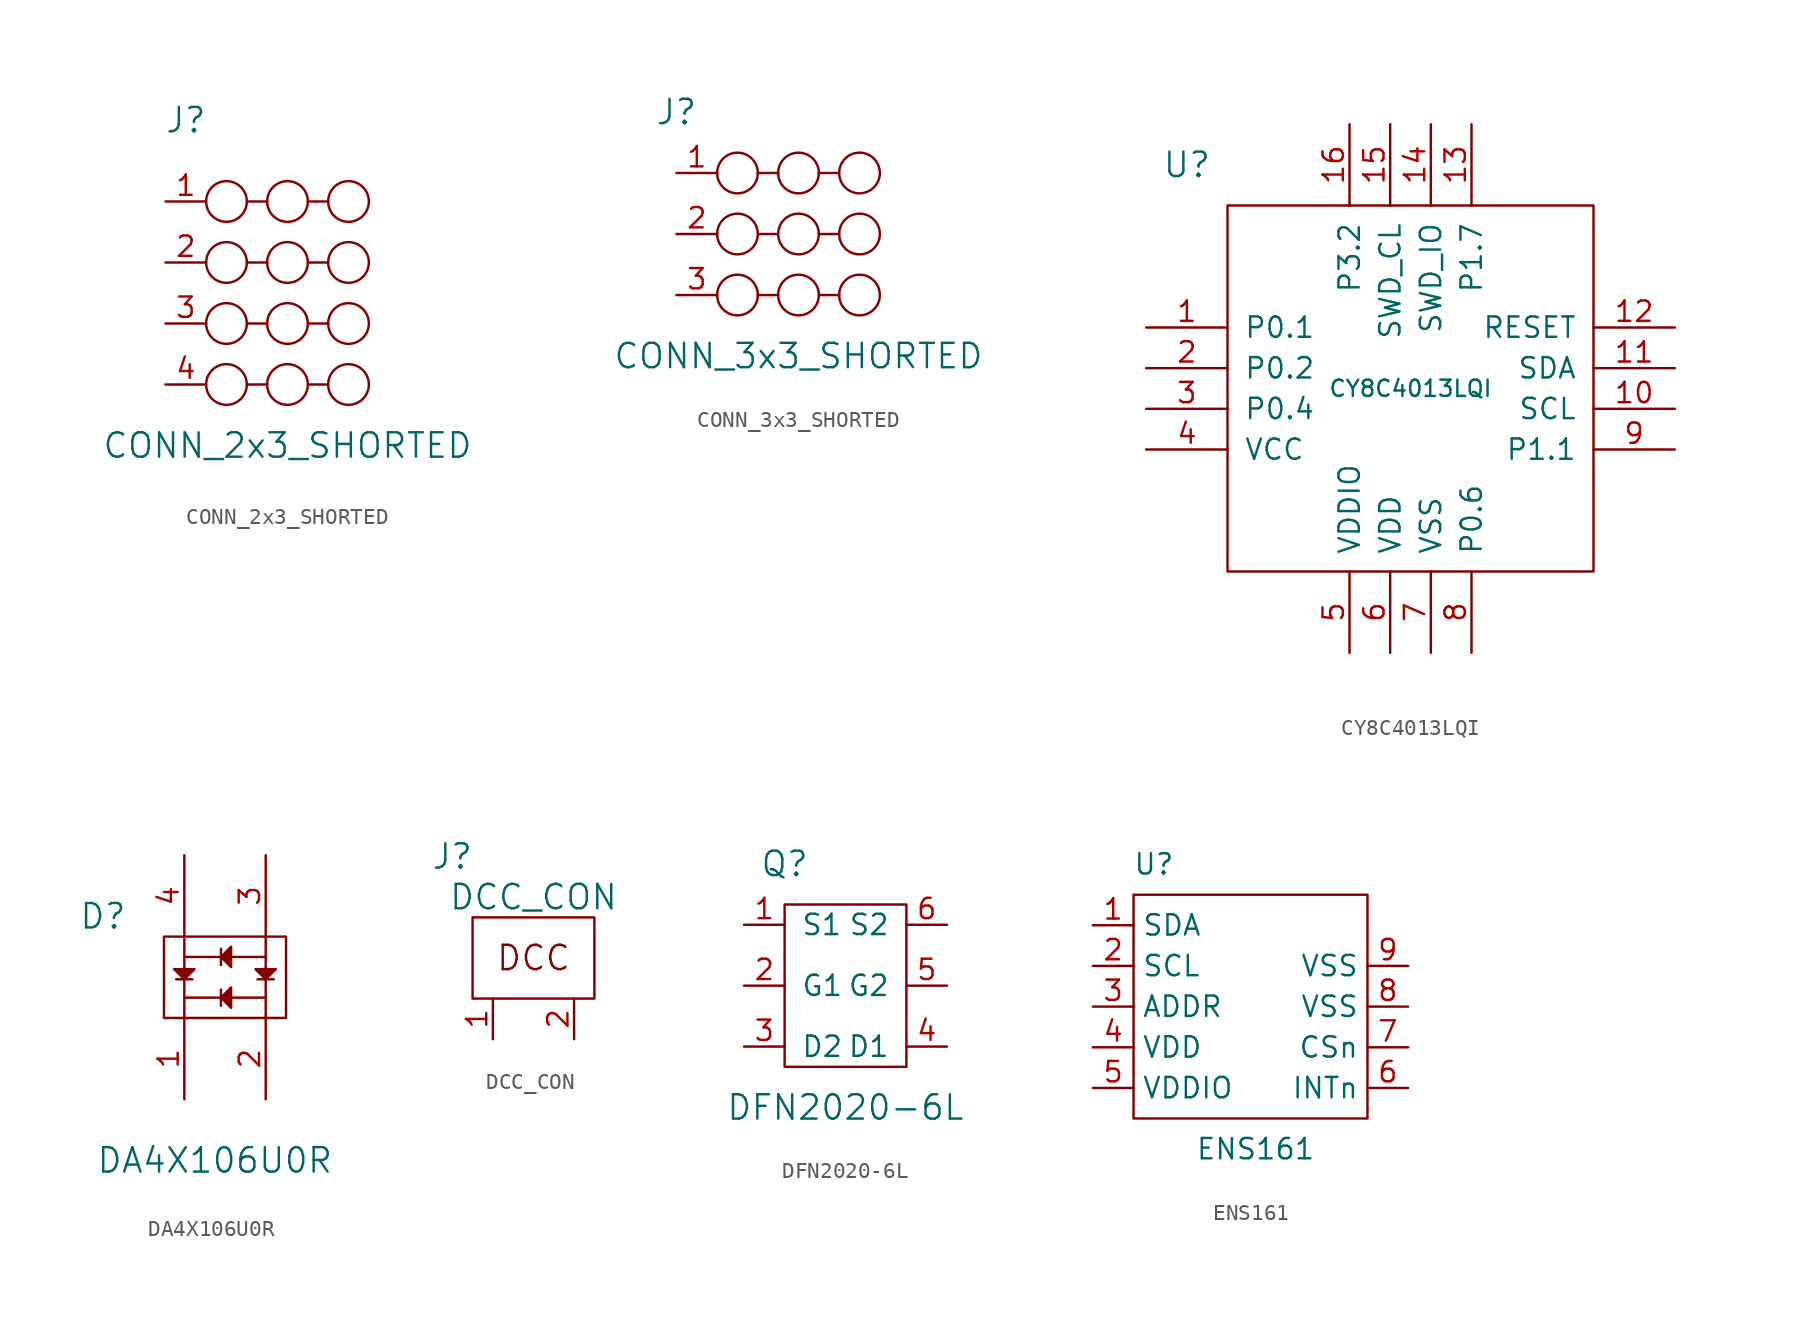
<source format=kicad_sym>
(kicad_symbol_lib
  (version 20231120)
  (generator "kicad_symbol_editor")
  (generator_version "8.0")
  (symbol "CONN_2x3_SHORTED"
    (pin_names
      (offset 1.016))
    (property "Reference" "J"
      (at -6.35 10.16 0)
      (effects (font (size 1.524 1.524))))
    (property "Value" "CONN_2x3_SHORTED"
      (at 0 -10.16 0)
      (effects (font (size 1.524 1.524))))
    (symbol "CONN_2x3_SHORTED_0_1"
      (circle (center -3.81 -6.35) (radius 1.27) (stroke (width 0) (type default)) (fill (type none)))
      (circle (center -3.81 -2.54) (radius 1.27) (stroke (width 0) (type default)) (fill (type none)))
      (circle (center -3.81 1.27) (radius 1.27) (stroke (width 0) (type default)) (fill (type none)))
      (circle (center -3.81 5.08) (radius 1.27) (stroke (width 0) (type default)) (fill (type none)))
      (circle (center 0 -6.35) (radius 1.27) (stroke (width 0) (type default)) (fill (type none)))
      (circle (center 0 -2.54) (radius 1.27) (stroke (width 0) (type default)) (fill (type none)))
      (polyline (pts (xy -1.27 -6.35) (xy -2.54 -6.35)) (stroke (width 0) (type default)) (fill (type none)))
      (polyline (pts (xy -1.27 -2.54) (xy -2.54 -2.54)) (stroke (width 0) (type default)) (fill (type none)))
      (polyline (pts (xy -1.27 1.27) (xy -2.54 1.27)) (stroke (width 0) (type default)) (fill (type none)))
      (polyline (pts (xy -1.27 5.08) (xy -2.54 5.08)) (stroke (width 0) (type default)) (fill (type none)))
      (polyline (pts (xy 2.54 -6.35) (xy 1.27 -6.35)) (stroke (width 0) (type default)) (fill (type none)))
      (polyline (pts (xy 2.54 -2.54) (xy 1.27 -2.54)) (stroke (width 0) (type default)) (fill (type none)))
      (polyline (pts (xy 2.54 1.27) (xy 1.27 1.27)) (stroke (width 0) (type default)) (fill (type none)))
      (polyline (pts (xy 2.54 5.08) (xy 1.27 5.08)) (stroke (width 0) (type default)) (fill (type none)))
      (circle (center 0 1.27) (radius 1.27) (stroke (width 0) (type default)) (fill (type none)))
      (circle (center 0 5.08) (radius 1.27) (stroke (width 0) (type default)) (fill (type none)))
      (circle (center 3.81 -6.35) (radius 1.27) (stroke (width 0) (type default)) (fill (type none)))
      (circle (center 3.81 -2.54) (radius 1.27) (stroke (width 0) (type default)) (fill (type none)))
      (circle (center 3.81 1.27) (radius 1.27) (stroke (width 0) (type default)) (fill (type none)))
      (circle (center 3.81 5.08) (radius 1.27) (stroke (width 0) (type default)) (fill (type none))))
    (symbol "CONN_2x3_SHORTED_1_1"
      (pin input line (at -7.62 5.08 0) (length 2.54) (name "~" (effects (font (size 1.27 1.27)))) (number "1" (effects (font (size 1.27 1.27)))))
      (pin input line (at -7.62 1.27 0) (length 2.54) (name "~" (effects (font (size 1.27 1.27)))) (number "2" (effects (font (size 1.27 1.27)))))
      (pin input line (at -7.62 -2.54 0) (length 2.54) (name "~" (effects (font (size 1.27 1.27)))) (number "3" (effects (font (size 1.27 1.27)))))
      (pin input line (at -7.62 -6.35 0) (length 2.54) (name "~" (effects (font (size 1.27 1.27)))) (number "4" (effects (font (size 1.27 1.27)))))))
  (symbol "CONN_3x3_SHORTED"
    (pin_names
      (offset 1.016))
    (property "Reference" "J"
      (at -7.62 7.62 0)
      (effects (font (size 1.524 1.524))))
    (property "Value" "CONN_3x3_SHORTED"
      (at 0 -7.62 0)
      (effects (font (size 1.524 1.524))))
    (symbol "CONN_3x3_SHORTED_0_1"
      (circle (center -3.81 -3.81) (radius 1.27) (stroke (width 0) (type default)) (fill (type none)))
      (circle (center -3.81 0) (radius 1.27) (stroke (width 0) (type default)) (fill (type none)))
      (circle (center -3.81 3.81) (radius 1.27) (stroke (width 0) (type default)) (fill (type none)))
      (circle (center 0 -3.81) (radius 1.27) (stroke (width 0) (type default)) (fill (type none)))
      (polyline (pts (xy -2.54 -3.81) (xy -1.27 -3.81)) (stroke (width 0) (type default)) (fill (type none)))
      (polyline (pts (xy -2.54 3.81) (xy -1.27 3.81)) (stroke (width 0) (type default)) (fill (type none)))
      (polyline (pts (xy -1.27 0) (xy -2.54 0)) (stroke (width 0) (type default)) (fill (type none)))
      (polyline (pts (xy 1.27 -3.81) (xy 2.54 -3.81)) (stroke (width 0) (type default)) (fill (type none)))
      (polyline (pts (xy 1.27 3.81) (xy 2.54 3.81)) (stroke (width 0) (type default)) (fill (type none)))
      (polyline (pts (xy 2.54 0) (xy 1.27 0)) (stroke (width 0) (type default)) (fill (type none)))
      (circle (center 0 0) (radius 1.27) (stroke (width 0) (type default)) (fill (type none)))
      (circle (center 0 3.81) (radius 1.27) (stroke (width 0) (type default)) (fill (type none)))
      (circle (center 3.81 -3.81) (radius 1.27) (stroke (width 0) (type default)) (fill (type none)))
      (circle (center 3.81 0) (radius 1.27) (stroke (width 0) (type default)) (fill (type none)))
      (circle (center 3.81 3.81) (radius 1.27) (stroke (width 0) (type default)) (fill (type none))))
    (symbol "CONN_3x3_SHORTED_1_1"
      (pin input line (at -7.62 3.81 0) (length 2.54) (name "~" (effects (font (size 1.27 1.27)))) (number "1" (effects (font (size 1.27 1.27)))))
      (pin input line (at -7.62 0 0) (length 2.54) (name "~" (effects (font (size 1.27 1.27)))) (number "2" (effects (font (size 1.27 1.27)))))
      (pin input line (at -7.62 -3.81 0) (length 2.54) (name "~" (effects (font (size 1.27 1.27)))) (number "3" (effects (font (size 1.27 1.27)))))))
  (symbol "CY8C4013LQI"
    (pin_names
      (offset 1.016))
    (property "Reference" "U"
      (at -3.81 10.16 0)
      (effects (font (size 1.524 1.524))))
    (property "Value" "CY8C4013LQI"
      (at 10.16 -3.81 0)
      (effects (font (size 1.016 1.016))))
    (symbol "CY8C4013LQI_0_1"
      (rectangle (start -1.27 7.62) (end 21.59 -15.24) (stroke (width 0) (type default)) (fill (type none))))
    (symbol "CY8C4013LQI_1_1"
      (pin input line (at -6.35 0 0) (length 5.08) (name "P0.1" (effects (font (size 1.27 1.27)))) (number "1" (effects (font (size 1.27 1.27)))))
      (pin input line (at 26.67 -5.08 180) (length 5.08) (name "SCL" (effects (font (size 1.27 1.27)))) (number "10" (effects (font (size 1.27 1.27)))))
      (pin input line (at 26.67 -2.54 180) (length 5.08) (name "SDA" (effects (font (size 1.27 1.27)))) (number "11" (effects (font (size 1.27 1.27)))))
      (pin input line (at 26.67 0 180) (length 5.08) (name "RESET" (effects (font (size 1.27 1.27)))) (number "12" (effects (font (size 1.27 1.27)))))
      (pin input line (at 13.97 12.7 270) (length 5.08) (name "P1.7" (effects (font (size 1.27 1.27)))) (number "13" (effects (font (size 1.27 1.27)))))
      (pin input line (at 11.43 12.7 270) (length 5.08) (name "SWD_IO" (effects (font (size 1.27 1.27)))) (number "14" (effects (font (size 1.27 1.27)))))
      (pin input line (at 8.89 12.7 270) (length 5.08) (name "SWD_CL" (effects (font (size 1.27 1.27)))) (number "15" (effects (font (size 1.27 1.27)))))
      (pin input line (at 6.35 12.7 270) (length 5.08) (name "P3.2" (effects (font (size 1.27 1.27)))) (number "16" (effects (font (size 1.27 1.27)))))
      (pin input line (at -6.35 -2.54 0) (length 5.08) (name "P0.2" (effects (font (size 1.27 1.27)))) (number "2" (effects (font (size 1.27 1.27)))))
      (pin input line (at -6.35 -5.08 0) (length 5.08) (name "P0.4" (effects (font (size 1.27 1.27)))) (number "3" (effects (font (size 1.27 1.27)))))
      (pin input line (at -6.35 -7.62 0) (length 5.08) (name "VCC" (effects (font (size 1.27 1.27)))) (number "4" (effects (font (size 1.27 1.27)))))
      (pin input line (at 6.35 -20.32 90) (length 5.08) (name "VDDIO" (effects (font (size 1.27 1.27)))) (number "5" (effects (font (size 1.27 1.27)))))
      (pin input line (at 8.89 -20.32 90) (length 5.08) (name "VDD" (effects (font (size 1.27 1.27)))) (number "6" (effects (font (size 1.27 1.27)))))
      (pin input line (at 11.43 -20.32 90) (length 5.08) (name "VSS" (effects (font (size 1.27 1.27)))) (number "7" (effects (font (size 1.27 1.27)))))
      (pin input line (at 13.97 -20.32 90) (length 5.08) (name "P0.6" (effects (font (size 1.27 1.27)))) (number "8" (effects (font (size 1.27 1.27)))))
      (pin input line (at 26.67 -7.62 180) (length 5.08) (name "P1.1" (effects (font (size 1.27 1.27)))) (number "9" (effects (font (size 1.27 1.27)))))))
  (symbol "DA4X106U0R"
    (pin_names
      (offset 1.016))
    (property "Reference" "D"
      (at -7.62 3.81 0)
      (effects (font (size 1.524 1.524))))
    (property "Value" "DA4X106U0R"
      (at -0.635 -11.43 0)
      (effects (font (size 1.524 1.524))))
    (symbol "DA4X106U0R_0_1"
      (rectangle (start -3.81 2.54) (end 3.81 -2.54) (stroke (width 0) (type default)) (fill (type none)))
      (polyline (pts (xy -3.048 -0.127) (xy -2.032 -0.127)) (stroke (width 0) (type default)) (fill (type none)))
      (polyline (pts (xy -0.254 -0.762) (xy -0.254 -1.778)) (stroke (width 0) (type default)) (fill (type none)))
      (polyline (pts (xy -0.254 1.778) (xy -0.254 0.762)) (stroke (width 0) (type default)) (fill (type none)))
      (polyline (pts (xy 2.032 -0.127) (xy 3.048 -0.127)) (stroke (width 0) (type default)) (fill (type none)))
      (polyline (pts (xy -3.175 0.508) (xy -1.905 0.508) (xy -2.54 -0.127) (xy -3.175 0.508)) (stroke (width 0) (type default)) (fill (type outline)))
      (polyline (pts (xy 0.381 -0.635) (xy 0.381 -1.905) (xy -0.254 -1.27) (xy 0.381 -0.635)) (stroke (width 0) (type default)) (fill (type outline)))
      (polyline (pts (xy 0.381 1.905) (xy 0.381 0.635) (xy -0.254 1.27) (xy 0.381 1.905)) (stroke (width 0) (type default)) (fill (type outline)))
      (polyline (pts (xy 1.905 0.508) (xy 3.175 0.508) (xy 2.54 -0.127) (xy 1.905 0.508)) (stroke (width 0) (type default)) (fill (type outline)))
      (polyline (pts (xy 2.54 2.54) (xy 2.54 -2.54) (xy 2.54 -1.27) (xy -2.54 -1.27) (xy -2.54 -2.54) (xy -2.54 2.54) (xy -2.54 1.27) (xy 2.54 1.27)) (stroke (width 0) (type default)) (fill (type none))))
    (symbol "DA4X106U0R_1_1"
      (pin input line (at -2.54 -7.62 90) (length 5.08) (name "~" (effects (font (size 1.27 1.27)))) (number "1" (effects (font (size 1.27 1.27)))))
      (pin input line (at 2.54 -7.62 90) (length 5.08) (name "~" (effects (font (size 1.27 1.27)))) (number "2" (effects (font (size 1.27 1.27)))))
      (pin input line (at 2.54 7.62 270) (length 5.08) (name "~" (effects (font (size 1.27 1.27)))) (number "3" (effects (font (size 1.27 1.27)))))
      (pin input line (at -2.54 7.62 270) (length 5.08) (name "~" (effects (font (size 1.27 1.27)))) (number "4" (effects (font (size 1.27 1.27)))))))
  (symbol "DCC_CON"
    (pin_names
      (offset 1.016))
    (property "Reference" "J"
      (at -5.08 6.35 0)
      (effects (font (size 1.524 1.524))))
    (property "Value" "DCC_CON"
      (at 0 3.81 0)
      (effects (font (size 1.524 1.524))))
    (property "Footprint" ""
      (at 1.27 -2.54 90)
      (effects (font (size 1.524 1.524))))
    (property "Datasheet" ""
      (at 1.27 -2.54 90)
      (effects (font (size 1.524 1.524))))
    (symbol "DCC_CON_0_0"
      (text "DCC" (at 0 0 0) (effects (font (size 1.524 1.524)))))
    (symbol "DCC_CON_0_1"
      (rectangle (start 3.81 -2.54) (end -3.81 2.54) (stroke (width 0) (type default)) (fill (type none))))
    (symbol "DCC_CON_1_1"
      (pin input line (at -2.54 -5.08 90) (length 2.54) (name "~" (effects (font (size 1.27 1.27)))) (number "1" (effects (font (size 1.27 1.27)))))
      (pin input line (at 2.54 -5.08 90) (length 2.54) (name "~" (effects (font (size 1.27 1.27)))) (number "2" (effects (font (size 1.27 1.27)))))))
  (symbol "DFN2020-6L"
    (pin_names
      (offset 1.016))
    (property "Reference" "Q"
      (at -3.81 7.62 0)
      (effects (font (size 1.524 1.524))))
    (property "Value" "DFN2020-6L"
      (at 0 -7.62 0)
      (effects (font (size 1.524 1.524))))
    (symbol "DFN2020-6L_0_1"
      (rectangle (start -3.81 5.08) (end 3.81 -5.08) (stroke (width 0) (type default)) (fill (type none))))
    (symbol "DFN2020-6L_1_1"
      (pin input line (at -6.35 3.81 0) (length 2.54) (name "S1" (effects (font (size 1.27 1.27)))) (number "1" (effects (font (size 1.27 1.27)))))
      (pin input line (at -6.35 0 0) (length 2.54) (name "G1" (effects (font (size 1.27 1.27)))) (number "2" (effects (font (size 1.27 1.27)))))
      (pin input line (at -6.35 -3.81 0) (length 2.54) (name "D2" (effects (font (size 1.27 1.27)))) (number "3" (effects (font (size 1.27 1.27)))))
      (pin input line (at 6.35 -3.81 180) (length 2.54) (name "D1" (effects (font (size 1.27 1.27)))) (number "4" (effects (font (size 1.27 1.27)))))
      (pin input line (at 6.35 0 180) (length 2.54) (name "G2" (effects (font (size 1.27 1.27)))) (number "5" (effects (font (size 1.27 1.27)))))
      (pin input line (at 6.35 3.81 180) (length 2.54) (name "S2" (effects (font (size 1.27 1.27)))) (number "6" (effects (font (size 1.27 1.27)))))))
  (symbol "ENS161"
    (property "Reference" "U"
      (at -5.715 8.89 0)
      (effects (font (size 1.27 1.27))))
    (property "Value" "ENS161"
      (at 0.635 -8.89 0)
      (effects (font (size 1.27 1.27))))
    (symbol "ENS161_0_1"
      (rectangle (start -6.985 6.985) (end 7.62 -6.985) (stroke (width 0) (type default)) (fill (type none))))
    (symbol "ENS161_1_1"
      (pin input line (at -9.525 5.08 0) (length 2.54) (name "SDA" (effects (font (size 1.27 1.27)))) (number "1" (effects (font (size 1.27 1.27)))))
      (pin input line (at -9.525 2.54 0) (length 2.54) (name "SCL" (effects (font (size 1.27 1.27)))) (number "2" (effects (font (size 1.27 1.27)))))
      (pin input line (at -9.525 0 0) (length 2.54) (name "ADDR" (effects (font (size 1.27 1.27)))) (number "3" (effects (font (size 1.27 1.27)))))
      (pin input line (at -9.525 -2.54 0) (length 2.54) (name "VDD" (effects (font (size 1.27 1.27)))) (number "4" (effects (font (size 1.27 1.27)))))
      (pin input line (at -9.525 -5.08 0) (length 2.54) (name "VDDIO" (effects (font (size 1.27 1.27)))) (number "5" (effects (font (size 1.27 1.27)))))
      (pin input line (at 10.16 -5.08 180) (length 2.54) (name "INTn" (effects (font (size 1.27 1.27)))) (number "6" (effects (font (size 1.27 1.27)))))
      (pin input line (at 10.16 -2.54 180) (length 2.54) (name "CSn" (effects (font (size 1.27 1.27)))) (number "7" (effects (font (size 1.27 1.27)))))
      (pin input line (at 10.16 0 180) (length 2.54) (name "VSS" (effects (font (size 1.27 1.27)))) (number "8" (effects (font (size 1.27 1.27)))))
      (pin input line (at 10.16 2.54 180) (length 2.54) (name "VSS" (effects (font (size 1.27 1.27)))) (number "9" (effects (font (size 1.27 1.27))))))))
</source>
